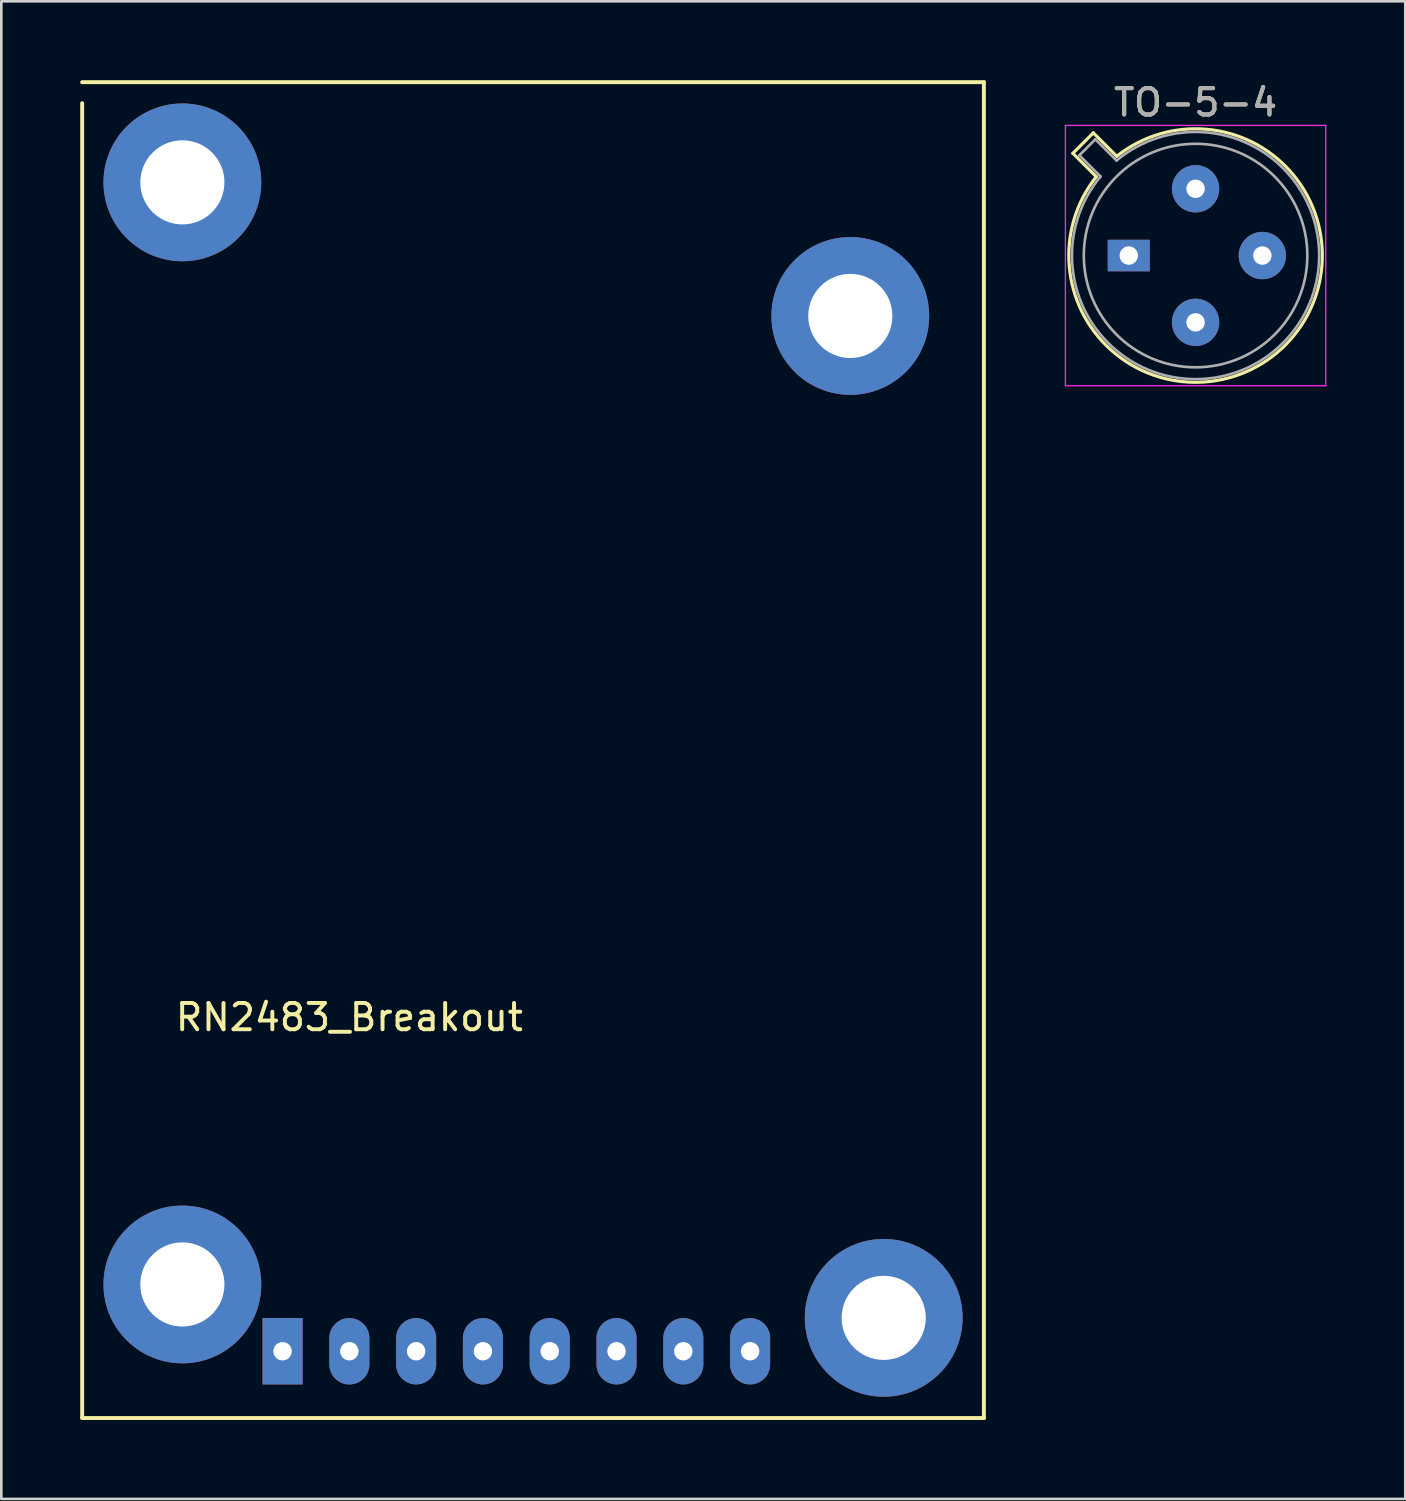
<source format=kicad_pcb>
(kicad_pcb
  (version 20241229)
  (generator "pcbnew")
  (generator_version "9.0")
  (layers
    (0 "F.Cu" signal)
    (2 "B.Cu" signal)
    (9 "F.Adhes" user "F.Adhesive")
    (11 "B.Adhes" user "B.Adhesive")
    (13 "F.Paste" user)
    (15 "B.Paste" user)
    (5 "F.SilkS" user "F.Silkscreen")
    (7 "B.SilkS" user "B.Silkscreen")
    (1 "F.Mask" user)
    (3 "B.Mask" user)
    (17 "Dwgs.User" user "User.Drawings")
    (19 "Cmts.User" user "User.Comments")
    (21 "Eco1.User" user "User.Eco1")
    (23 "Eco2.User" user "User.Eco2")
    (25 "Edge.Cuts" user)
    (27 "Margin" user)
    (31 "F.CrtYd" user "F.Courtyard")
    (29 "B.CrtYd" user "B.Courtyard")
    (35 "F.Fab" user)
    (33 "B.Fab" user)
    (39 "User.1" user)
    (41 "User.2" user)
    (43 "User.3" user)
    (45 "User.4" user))
  (footprint "RN2483_Breakout"
    (layer "F.Cu")
    (at 10.235 35.635)
    (property "Reference" "RN2483_Breakout" (at 0 0 0) (layer "F.SilkS") (effects (font (size 1 1) (thickness 0.15))))
    (attr through_hole)
    (fp_line (start -10.16 -35.56) (end 24.13 -35.56) (stroke (width 0.15) (type solid)) (layer "F.SilkS"))
    (fp_line (start -10.16 15.24) (end -10.16 -34.76) (stroke (width 0.15) (type solid)) (layer "F.SilkS"))
    (fp_line (start 24.13 -35.56) (end 24.13 15.24) (stroke (width 0.15) (type solid)) (layer "F.SilkS"))
    (fp_line (start 24.13 15.24) (end -10.16 15.24) (stroke (width 0.15) (type solid)) (layer "F.SilkS"))
    (pad "" np_thru_hole circle (at -6.35 -31.75) (size 6 6) (drill 3.2) (layers "*.Cu" "*.Mask"))
    (pad "" np_thru_hole circle (at -6.35 10.16) (size 6 6) (drill 3.2) (layers "*.Cu" "*.Mask"))
    (pad "" np_thru_hole circle (at 19.05 -26.67) (size 6 6) (drill 3.2) (layers "*.Cu" "*.Mask"))
    (pad "" np_thru_hole circle (at 20.32 11.43) (size 6 6) (drill 3.2) (layers "*.Cu" "*.Mask"))
    (pad "1" thru_hole rect (at -2.54 12.7) (size 1.524 2.524) (drill 0.7) (layers "*.Cu" "*.Mask"))
    (pad "2" thru_hole oval (at 0 12.7) (size 1.524 2.524) (drill 0.7) (layers "*.Cu" "*.Mask"))
    (pad "3" thru_hole oval (at 2.54 12.7) (size 1.524 2.524) (drill 0.7) (layers "*.Cu" "*.Mask"))
    (pad "4" thru_hole oval (at 5.08 12.7) (size 1.524 2.524) (drill 0.7) (layers "*.Cu" "*.Mask"))
    (pad "5" thru_hole oval (at 7.62 12.7) (size 1.524 2.524) (drill 0.7) (layers "*.Cu" "*.Mask"))
    (pad "6" thru_hole oval (at 10.16 12.7) (size 1.524 2.524) (drill 0.7) (layers "*.Cu" "*.Mask"))
    (pad "7" thru_hole oval (at 12.7 12.7) (size 1.524 2.524) (drill 0.7) (layers "*.Cu" "*.Mask"))
    (pad "8" thru_hole oval (at 15.24 12.7) (size 1.524 2.524) (drill 0.7) (layers "*.Cu" "*.Mask")))
  (footprint "TO-5-4"
    (layer "F.Cu")
    (at 39.875 6.668)
    (property "Reference" "TO-5-4" (at 2.54 -5.82 0) (layer "F.SilkS") (effects (font (size 1 1) (thickness 0.15))))
    (attr through_hole)
    (fp_line (start -2.126 -3.888) (end -1.235 -2.997) (stroke (width 0.12) (type solid)) (layer "F.SilkS"))
    (fp_line (start -1.348 -4.666) (end -2.126 -3.888) (stroke (width 0.12) (type solid)) (layer "F.SilkS"))
    (fp_line (start -0.457 -3.775) (end -1.348 -4.666) (stroke (width 0.12) (type solid)) (layer "F.SilkS"))
    (fp_arc (start -0.457084 -3.774902) (mid 5.948125 3.408384) (end -1.234674 -2.997371) (stroke (width 0.12) (type solid)) (layer "F.SilkS"))
    (fp_line (start -2.41 -4.95) (end -2.41 4.95) (stroke (width 0.05) (type solid)) (layer "F.CrtYd"))
    (fp_line (start -2.41 4.95) (end 7.49 4.95) (stroke (width 0.05) (type solid)) (layer "F.CrtYd"))
    (fp_line (start 7.49 -4.95) (end -2.41 -4.95) (stroke (width 0.05) (type solid)) (layer "F.CrtYd"))
    (fp_line (start 7.49 4.95) (end 7.49 -4.95) (stroke (width 0.05) (type solid)) (layer "F.CrtYd"))
    (fp_line (start -1.88 -3.812) (end -1.074 -3.005) (stroke (width 0.1) (type solid)) (layer "F.Fab"))
    (fp_line (start -1.272 -4.42) (end -1.88 -3.812) (stroke (width 0.1) (type solid)) (layer "F.Fab"))
    (fp_line (start -0.465 -3.614) (end -1.272 -4.42) (stroke (width 0.1) (type solid)) (layer "F.Fab"))
    (fp_arc (start -0.465408 -3.61352) (mid 5.863443 3.323361) (end -1.073594 -3.005319) (stroke (width 0.1) (type solid)) (layer "F.Fab"))
    (fp_circle (center 2.54 0) (end 6.79 0) (stroke (width 0.1) (type solid)) (fill no) (layer "F.Fab"))
    (fp_text user "${REFERENCE}" (at 2.54 -5.82 0) (layer "F.Fab") (effects (font (size 1 1) (thickness 0.15))))
    (pad "1" thru_hole rect (at 0 0) (size 1.6 1.2) (drill 0.7) (layers "*.Cu" "*.Mask"))
    (pad "2" thru_hole oval (at 2.54 2.54) (size 1.8 1.8) (drill 0.7) (layers "*.Cu" "*.Mask"))
    (pad "3" thru_hole oval (at 5.08 0) (size 1.8 1.8) (drill 0.7) (layers "*.Cu" "*.Mask"))
    (pad "4" thru_hole oval (at 2.54 -2.54) (size 1.8 1.8) (drill 0.7) (layers "*.Cu" "*.Mask")))
  (gr_rect
    (start -3 -3)
    (end 50.39 53.95)
    (stroke (width 0.1) (type default))
    (fill no)
    (layer "Edge.Cuts")))
</source>
